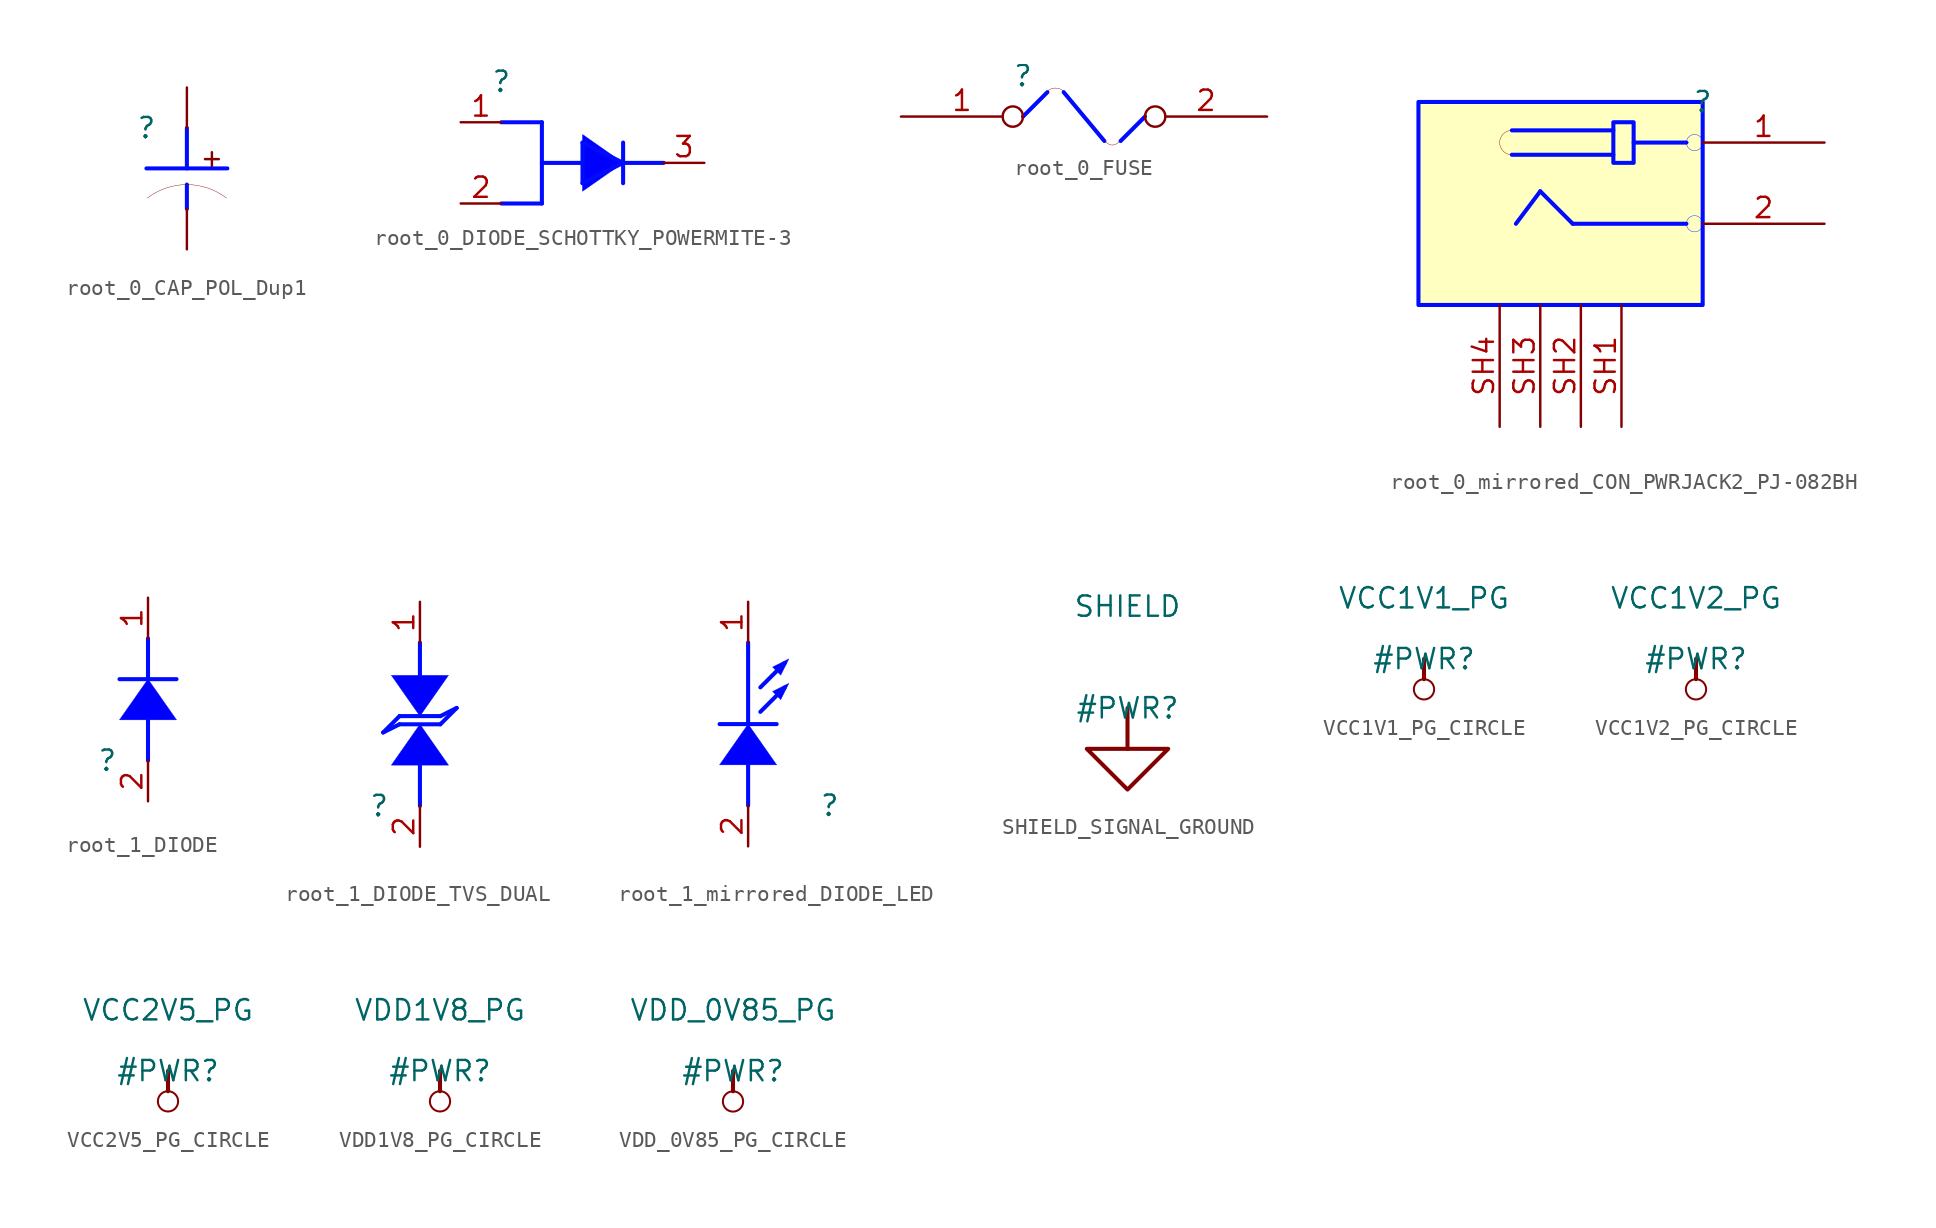
<source format=kicad_sym>
(kicad_symbol_lib
  (version 20231120)
  (generator "kicad_symbol_editor")
  (generator_version "8.0")
  (symbol "root_0_CAP_POL_Dup1"
    (property "Reference" ""
      (at 0 0 0)
      (effects (font (size 1.27 1.27))))
    (property "Value" ""
      (at 0 0 0)
      (effects (font (size 1.27 1.27))))
    (symbol "root_0_CAP_POL_Dup1_1_0"
      (polyline (pts (xy 0 -2.54) (xy 5.08 -2.54)) (stroke (width 0.254) (type solid) (color 0 11 255 1)) (fill (type none)))
      (polyline (pts (xy 2.54 -3.556) (xy 2.54 -5.08)) (stroke (width 0.254) (type solid) (color 0 11 255 1)) (fill (type none)))
      (polyline (pts (xy 2.54 0) (xy 2.54 -2.54)) (stroke (width 0.254) (type solid) (color 0 11 255 1)) (fill (type none)))
      (arc (start 2.54 -3.556) (mid 1.2313 -3.7725) (end 0.0621 -4.3988) (stroke (width 0.0254) (type solid)) (fill (type none)))
      (arc (start 5.0179 -4.3988) (mid 3.8487 -3.7725) (end 2.54 -3.556) (stroke (width 0.0254) (type solid)) (fill (type none)))
      (text "+" (at 3.302 -2.54 0) (effects (font (size 1.143 1.143)) (justify left bottom)))
      (pin passive line (at 2.54 2.54 270) (length 2.54) (name "1" (effects (font (size 0 0)))) (number "1" (effects (font (size 0 0)))))
      (pin passive line (at 2.54 -7.62 90) (length 2.54) (name "2" (effects (font (size 0 0)))) (number "2" (effects (font (size 0 0)))))))
  (symbol "root_0_DIODE_SCHOTTKY_POWERMITE-3"
    (property "Reference" ""
      (at 0 0 0)
      (effects (font (size 1.27 1.27))))
    (property "Value" ""
      (at 0 0 0)
      (effects (font (size 1.27 1.27))))
    (symbol "root_0_DIODE_SCHOTTKY_POWERMITE-3_1_0"
      (polyline (pts (xy 0 -7.62) (xy 2.54 -7.62)) (stroke (width 0.254) (type solid) (color 0 11 255 1)) (fill (type none)))
      (polyline (pts (xy 0 -2.54) (xy 2.54 -2.54)) (stroke (width 0.254) (type solid) (color 0 11 255 1)) (fill (type none)))
      (polyline (pts (xy 2.54 -5.08) (xy 5.08 -5.08)) (stroke (width 0.254) (type solid) (color 0 11 255 1)) (fill (type none)))
      (polyline (pts (xy 2.54 -2.54) (xy 2.54 -7.62)) (stroke (width 0.254) (type solid) (color 0 11 255 1)) (fill (type none)))
      (polyline (pts (xy 5.08 -6.35) (xy 7.62 -5.08)) (stroke (width 0.254) (type solid) (color 0 11 255 1)) (fill (type none)))
      (polyline (pts (xy 5.08 -3.81) (xy 5.08 -6.35)) (stroke (width 0.254) (type solid) (color 0 11 255 1)) (fill (type none)))
      (polyline (pts (xy 5.08 -3.81) (xy 7.62 -5.08)) (stroke (width 0.254) (type solid) (color 0 11 255 1)) (fill (type none)))
      (polyline (pts (xy 7.62 -5.08) (xy 10.16 -5.08)) (stroke (width 0.254) (type solid) (color 0 11 255 1)) (fill (type none)))
      (polyline (pts (xy 7.62 -3.81) (xy 7.62 -6.35)) (stroke (width 0.254) (type solid) (color 0 11 255 1)) (fill (type none)))
      (polyline (pts (xy 7.62 -5.08) (xy 7.62 -5.08) (xy 5.08 -6.858) (xy 5.08 -3.302) (xy 7.62 -5.08) (xy 7.62 -5.08)) (stroke (width 0.025) (type solid) (color 0 11 255 1)) (fill (type color) (color 0 0 255 1)))
      (pin passive line (at -2.54 -2.54 0) (length 2.54) (name "A1" (effects (font (size 0 0)))) (number "1" (effects (font (size 1.27 1.27)))))
      (pin passive line (at -2.54 -7.62 0) (length 2.54) (name "A2" (effects (font (size 0 0)))) (number "2" (effects (font (size 1.27 1.27)))))
      (pin passive line (at 12.7 -5.08 180) (length 2.54) (name "K" (effects (font (size 0 0)))) (number "3" (effects (font (size 1.27 1.27)))))))
  (symbol "root_0_FUSE"
    (property "Reference" ""
      (at 0 0 0)
      (effects (font (size 1.27 1.27))))
    (property "Value" ""
      (at 0 0 0)
      (effects (font (size 1.27 1.27))))
    (symbol "root_0_FUSE_1_0"
      (polyline (pts (xy 0 -2.54) (xy 1.524 -1.016)) (stroke (width 0.254) (type solid) (color 0 11 255 1)) (fill (type none)))
      (polyline (pts (xy 5.08 -4.064) (xy 2.54 -1.016)) (stroke (width 0.254) (type solid) (color 0 11 255 1)) (fill (type none)))
      (polyline (pts (xy 6.096 -4.064) (xy 7.62 -2.54)) (stroke (width 0.254) (type solid) (color 0 11 255 1)) (fill (type none)))
      (arc (start 2.032 -0.762) (mid 1.7404 -0.82) (end 1.4932 -0.9852) (stroke (width 0.0254) (type solid)) (fill (type none)))
      (arc (start 2.5708 -0.9852) (mid 2.3236 -0.82) (end 2.032 -0.762) (stroke (width 0.0254) (type solid)) (fill (type none)))
      (arc (start 5.1336 -4.0372) (mid 5.3209 -4.2422) (end 5.588 -4.318) (stroke (width 0.0254) (type solid)) (fill (type none)))
      (arc (start 5.588 -4.318) (mid 5.8551 -4.2421) (end 6.0424 -4.0372) (stroke (width 0.0254) (type solid)) (fill (type none)))
      (pin passive inverted (at -7.62 -2.54 0) (length 7.62) (name "1" (effects (font (size 0 0)))) (number "1" (effects (font (size 1.27 1.27)))))
      (pin passive inverted (at 15.24 -2.54 180) (length 7.62) (name "2" (effects (font (size 0 0)))) (number "2" (effects (font (size 1.27 1.27)))))))
  (symbol "root_0_mirrored_CON_PWRJACK2_PJ-082BH"
    (property "Reference" ""
      (at 0 0 0)
      (effects (font (size 1.27 1.27))))
    (property "Value" ""
      (at 0 0 0)
      (effects (font (size 1.27 1.27))))
    (symbol "root_0_mirrored_CON_PWRJACK2_PJ-082BH_1_0"
      (arc (start -11.938 -1.778) (mid -12.7 -2.54) (end -11.938 -3.302) (stroke (width 0.0254) (type solid)) (fill (type none)))
      (rectangle (start -4.318 -1.27) (end -5.588 -3.81) (stroke (width 0.254) (type solid) (color 0 11 255 1)) (fill (type background)))
      (circle (center -0.508 -7.62) (radius 0.508) (stroke (width 0.025) (type solid) (color 0 11 255 1)) (fill (type none)))
      (circle (center -0.508 -2.54) (radius 0.508) (stroke (width 0.025) (type solid) (color 0 11 255 1)) (fill (type none)))
      (rectangle (start 0 0) (end -17.78 -12.7) (stroke (width 0.254) (type solid) (color 0 11 255 1)) (fill (type background)))
      (polyline (pts (xy -11.684 -7.62) (xy -10.16 -5.588)) (stroke (width 0.254) (type solid) (color 0 11 255 1)) (fill (type none)))
      (polyline (pts (xy -8.128 -7.62) (xy -10.16 -5.588)) (stroke (width 0.254) (type solid) (color 0 11 255 1)) (fill (type none)))
      (polyline (pts (xy -5.588 -3.302) (xy -11.938 -3.302)) (stroke (width 0.254) (type solid) (color 0 11 255 1)) (fill (type none)))
      (polyline (pts (xy -5.588 -1.778) (xy -11.938 -1.778)) (stroke (width 0.254) (type solid) (color 0 11 255 1)) (fill (type none)))
      (polyline (pts (xy -1.016 -7.62) (xy -8.128 -7.62)) (stroke (width 0.254) (type solid) (color 0 11 255 1)) (fill (type none)))
      (polyline (pts (xy -1.016 -2.54) (xy -4.318 -2.54)) (stroke (width 0.254) (type solid) (color 0 11 255 1)) (fill (type none)))
      (pin passive line (at 7.62 -2.54 180) (length 7.62) (name "1" (effects (font (size 0 0)))) (number "1" (effects (font (size 1.27 1.27)))))
      (pin passive line (at 7.62 -7.62 180) (length 7.62) (name "2" (effects (font (size 0 0)))) (number "2" (effects (font (size 1.27 1.27)))))
      (pin passive line (at -5.08 -20.32 90) (length 7.62) (name "SH1" (effects (font (size 0 0)))) (number "SH1" (effects (font (size 1.27 1.27)))))
      (pin passive line (at -7.62 -20.32 90) (length 7.62) (name "SH2" (effects (font (size 0 0)))) (number "SH2" (effects (font (size 1.27 1.27)))))
      (pin passive line (at -10.16 -20.32 90) (length 7.62) (name "SH3" (effects (font (size 0 0)))) (number "SH3" (effects (font (size 1.27 1.27)))))
      (pin passive line (at -12.7 -20.32 90) (length 7.62) (name "SH4" (effects (font (size 0 0)))) (number "SH4" (effects (font (size 1.27 1.27)))))))
  (symbol "root_1_DIODE"
    (property "Reference" ""
      (at 0 0 0)
      (effects (font (size 1.27 1.27))))
    (property "Value" ""
      (at 0 0 0)
      (effects (font (size 1.27 1.27))))
    (symbol "root_1_DIODE_1_0"
      (polyline (pts (xy 0.762 5.08) (xy 4.318 5.08)) (stroke (width 0.254) (type solid) (color 0 11 255 1)) (fill (type none)))
      (polyline (pts (xy 2.54 0) (xy 2.54 2.54)) (stroke (width 0.254) (type solid) (color 0 11 255 1)) (fill (type none)))
      (polyline (pts (xy 2.54 5.08) (xy 2.54 7.62)) (stroke (width 0.254) (type solid) (color 0 11 255 1)) (fill (type none)))
      (polyline (pts (xy 2.54 5.08) (xy 2.54 5.08) (xy 4.318 2.54) (xy 0.762 2.54) (xy 2.54 5.08) (xy 2.54 5.08)) (stroke (width 0.025) (type solid) (color 0 11 255 1)) (fill (type color) (color 0 0 255 1)))
      (pin passive line (at 2.54 10.16 270) (length 2.54) (name "K" (effects (font (size 0 0)))) (number "1" (effects (font (size 1.27 1.27)))))
      (pin passive line (at 2.54 -2.54 90) (length 2.54) (name "A" (effects (font (size 0 0)))) (number "2" (effects (font (size 1.27 1.27)))))))
  (symbol "root_1_DIODE_TVS_DUAL"
    (property "Reference" ""
      (at 0 0 0)
      (effects (font (size 1.27 1.27))))
    (property "Value" ""
      (at 0 0 0)
      (effects (font (size 1.27 1.27))))
    (symbol "root_1_DIODE_TVS_DUAL_1_0"
      (polyline (pts (xy 1.27 5.08) (xy 0.254 4.572)) (stroke (width 0.254) (type solid) (color 0 11 255 1)) (fill (type none)))
      (polyline (pts (xy 1.27 5.588) (xy 0.254 4.572)) (stroke (width 0.254) (type solid) (color 0 11 255 1)) (fill (type none)))
      (polyline (pts (xy 2.54 0) (xy 2.54 2.54)) (stroke (width 0.254) (type solid) (color 0 11 255 1)) (fill (type none)))
      (polyline (pts (xy 2.54 8.128) (xy 2.54 10.16)) (stroke (width 0.254) (type solid) (color 0 11 255 1)) (fill (type none)))
      (polyline (pts (xy 3.81 5.08) (xy 1.27 5.08)) (stroke (width 0.254) (type solid) (color 0 11 255 1)) (fill (type none)))
      (polyline (pts (xy 3.81 5.08) (xy 4.826 6.096)) (stroke (width 0.254) (type solid) (color 0 11 255 1)) (fill (type none)))
      (polyline (pts (xy 3.81 5.588) (xy 1.27 5.588)) (stroke (width 0.254) (type solid) (color 0 11 255 1)) (fill (type none)))
      (polyline (pts (xy 3.81 5.588) (xy 4.826 6.096)) (stroke (width 0.254) (type solid) (color 0 11 255 1)) (fill (type none)))
      (polyline (pts (xy 2.54 5.08) (xy 2.54 5.08) (xy 4.318 2.54) (xy 0.762 2.54) (xy 2.54 5.08) (xy 2.54 5.08)) (stroke (width 0.025) (type solid) (color 0 11 255 1)) (fill (type color) (color 0 0 255 1)))
      (polyline (pts (xy 2.54 5.588) (xy 2.54 5.588) (xy 0.762 8.128) (xy 4.318 8.128) (xy 2.54 5.588) (xy 2.54 5.588)) (stroke (width 0.025) (type solid) (color 0 11 255 1)) (fill (type color) (color 0 0 255 1)))
      (pin passive line (at 2.54 12.7 270) (length 2.54) (name "CATHODE" (effects (font (size 0 0)))) (number "1" (effects (font (size 1.27 1.27)))))
      (pin passive line (at 2.54 -2.54 90) (length 2.54) (name "ANODE" (effects (font (size 0 0)))) (number "2" (effects (font (size 1.27 1.27)))))))
  (symbol "root_1_mirrored_DIODE_LED"
    (property "Reference" ""
      (at 0 0 0)
      (effects (font (size 1.27 1.27))))
    (property "Value" ""
      (at 0 0 0)
      (effects (font (size 1.27 1.27))))
    (symbol "root_1_mirrored_DIODE_LED_1_0"
      (polyline (pts (xy -5.08 0) (xy -5.08 2.54)) (stroke (width 0.254) (type solid) (color 0 11 255 1)) (fill (type none)))
      (polyline (pts (xy -5.08 5.08) (xy -5.08 10.16)) (stroke (width 0.254) (type solid) (color 0 11 255 1)) (fill (type none)))
      (polyline (pts (xy -3.302 5.08) (xy -6.858 5.08)) (stroke (width 0.254) (type solid) (color 0 11 255 1)) (fill (type none)))
      (polyline (pts (xy -2.794 7.366) (xy -4.318 5.842)) (stroke (width 0.254) (type solid) (color 0 11 255 1)) (fill (type none)))
      (polyline (pts (xy -2.794 8.89) (xy -4.318 7.366)) (stroke (width 0.254) (type solid) (color 0 11 255 1)) (fill (type none)))
      (polyline (pts (xy -5.08 5.08) (xy -5.08 5.08) (xy -6.858 2.54) (xy -3.302 2.54) (xy -5.08 5.08) (xy -5.08 5.08)) (stroke (width 0.025) (type solid) (color 0 11 255 1)) (fill (type color) (color 0 0 255 1)))
      (polyline (pts (xy -3.048 6.604) (xy -3.048 6.604) (xy -2.54 7.62) (xy -3.556 7.112) (xy -3.048 6.604) (xy -3.048 6.604)) (stroke (width 0.025) (type solid) (color 0 11 255 1)) (fill (type color) (color 0 0 255 1)))
      (polyline (pts (xy -3.048 8.128) (xy -3.048 8.128) (xy -2.54 9.144) (xy -3.556 8.636) (xy -3.048 8.128) (xy -3.048 8.128)) (stroke (width 0.025) (type solid) (color 0 11 255 1)) (fill (type color) (color 0 0 255 1)))
      (pin passive line (at -5.08 12.7 270) (length 2.54) (name "CATHODE" (effects (font (size 0 0)))) (number "1" (effects (font (size 1.27 1.27)))))
      (pin passive line (at -5.08 -2.54 90) (length 2.54) (name "ANODE" (effects (font (size 0 0)))) (number "2" (effects (font (size 1.27 1.27)))))))
  (symbol "SHIELD_SIGNAL_GROUND"
    (power)
    (property "Reference" "#PWR"
      (at 0 0 0)
      (effects (font (size 1.27 1.27))))
    (property "Value" "SHIELD"
      (at 0 6.35 0)
      (effects (font (size 1.27 1.27))))
    (symbol "SHIELD_SIGNAL_GROUND_0_0"
      (polyline (pts (xy 0 0) (xy 0 -2.54)) (stroke (width 0.254) (type solid)) (fill (type none)))
      (polyline (pts (xy -2.54 -2.54) (xy 2.54 -2.54) (xy 0 -5.08) (xy -2.54 -2.54)) (stroke (width 0.254) (type solid)) (fill (type none)))
      (pin power_in line (at 0 0 0) (length 0) hide (name "SHIELD" (effects (font (size 1.27 1.27)))) (number "" (effects (font (size 1.27 1.27)))))))
  (symbol "VCC1V1_PG_CIRCLE"
    (power)
    (property "Reference" "#PWR"
      (at 0 0 0)
      (effects (font (size 1.27 1.27))))
    (property "Value" "VCC1V1_PG"
      (at 0 3.81 0)
      (effects (font (size 1.27 1.27))))
    (symbol "VCC1V1_PG_CIRCLE_0_0"
      (circle (center 0 -1.905) (radius 0.635) (stroke (width 0.127) (type solid)) (fill (type none)))
      (polyline (pts (xy 0 0) (xy 0 -1.27)) (stroke (width 0.254) (type solid)) (fill (type none)))
      (pin power_in line (at 0 0 0) (length 0) hide (name "VCC1V1_PG" (effects (font (size 1.27 1.27)))) (number "" (effects (font (size 1.27 1.27)))))))
  (symbol "VCC1V2_PG_CIRCLE"
    (power)
    (property "Reference" "#PWR"
      (at 0 0 0)
      (effects (font (size 1.27 1.27))))
    (property "Value" "VCC1V2_PG"
      (at 0 3.81 0)
      (effects (font (size 1.27 1.27))))
    (symbol "VCC1V2_PG_CIRCLE_0_0"
      (circle (center 0 -1.905) (radius 0.635) (stroke (width 0.127) (type solid)) (fill (type none)))
      (polyline (pts (xy 0 0) (xy 0 -1.27)) (stroke (width 0.254) (type solid)) (fill (type none)))
      (pin power_in line (at 0 0 0) (length 0) hide (name "VCC1V2_PG" (effects (font (size 1.27 1.27)))) (number "" (effects (font (size 1.27 1.27)))))))
  (symbol "VCC2V5_PG_CIRCLE"
    (power)
    (property "Reference" "#PWR"
      (at 0 0 0)
      (effects (font (size 1.27 1.27))))
    (property "Value" "VCC2V5_PG"
      (at 0 3.81 0)
      (effects (font (size 1.27 1.27))))
    (symbol "VCC2V5_PG_CIRCLE_0_0"
      (circle (center 0 -1.905) (radius 0.635) (stroke (width 0.127) (type solid)) (fill (type none)))
      (polyline (pts (xy 0 0) (xy 0 -1.27)) (stroke (width 0.254) (type solid)) (fill (type none)))
      (pin power_in line (at 0 0 0) (length 0) hide (name "VCC2V5_PG" (effects (font (size 1.27 1.27)))) (number "" (effects (font (size 1.27 1.27)))))))
  (symbol "VDD1V8_PG_CIRCLE"
    (power)
    (property "Reference" "#PWR"
      (at 0 0 0)
      (effects (font (size 1.27 1.27))))
    (property "Value" "VDD1V8_PG"
      (at 0 3.81 0)
      (effects (font (size 1.27 1.27))))
    (symbol "VDD1V8_PG_CIRCLE_0_0"
      (circle (center 0 -1.905) (radius 0.635) (stroke (width 0.127) (type solid)) (fill (type none)))
      (polyline (pts (xy 0 0) (xy 0 -1.27)) (stroke (width 0.254) (type solid)) (fill (type none)))
      (pin power_in line (at 0 0 0) (length 0) hide (name "VDD1V8_PG" (effects (font (size 1.27 1.27)))) (number "" (effects (font (size 1.27 1.27)))))))
  (symbol "VDD_0V85_PG_CIRCLE"
    (power)
    (property "Reference" "#PWR"
      (at 0 0 0)
      (effects (font (size 1.27 1.27))))
    (property "Value" "VDD_0V85_PG"
      (at 0 3.81 0)
      (effects (font (size 1.27 1.27))))
    (symbol "VDD_0V85_PG_CIRCLE_0_0"
      (circle (center 0 -1.905) (radius 0.635) (stroke (width 0.127) (type solid)) (fill (type none)))
      (polyline (pts (xy 0 0) (xy 0 -1.27)) (stroke (width 0.254) (type solid)) (fill (type none)))
      (pin power_in line (at 0 0 0) (length 0) hide (name "VDD_0V85_PG" (effects (font (size 1.27 1.27)))) (number "" (effects (font (size 1.27 1.27))))))))
</source>
